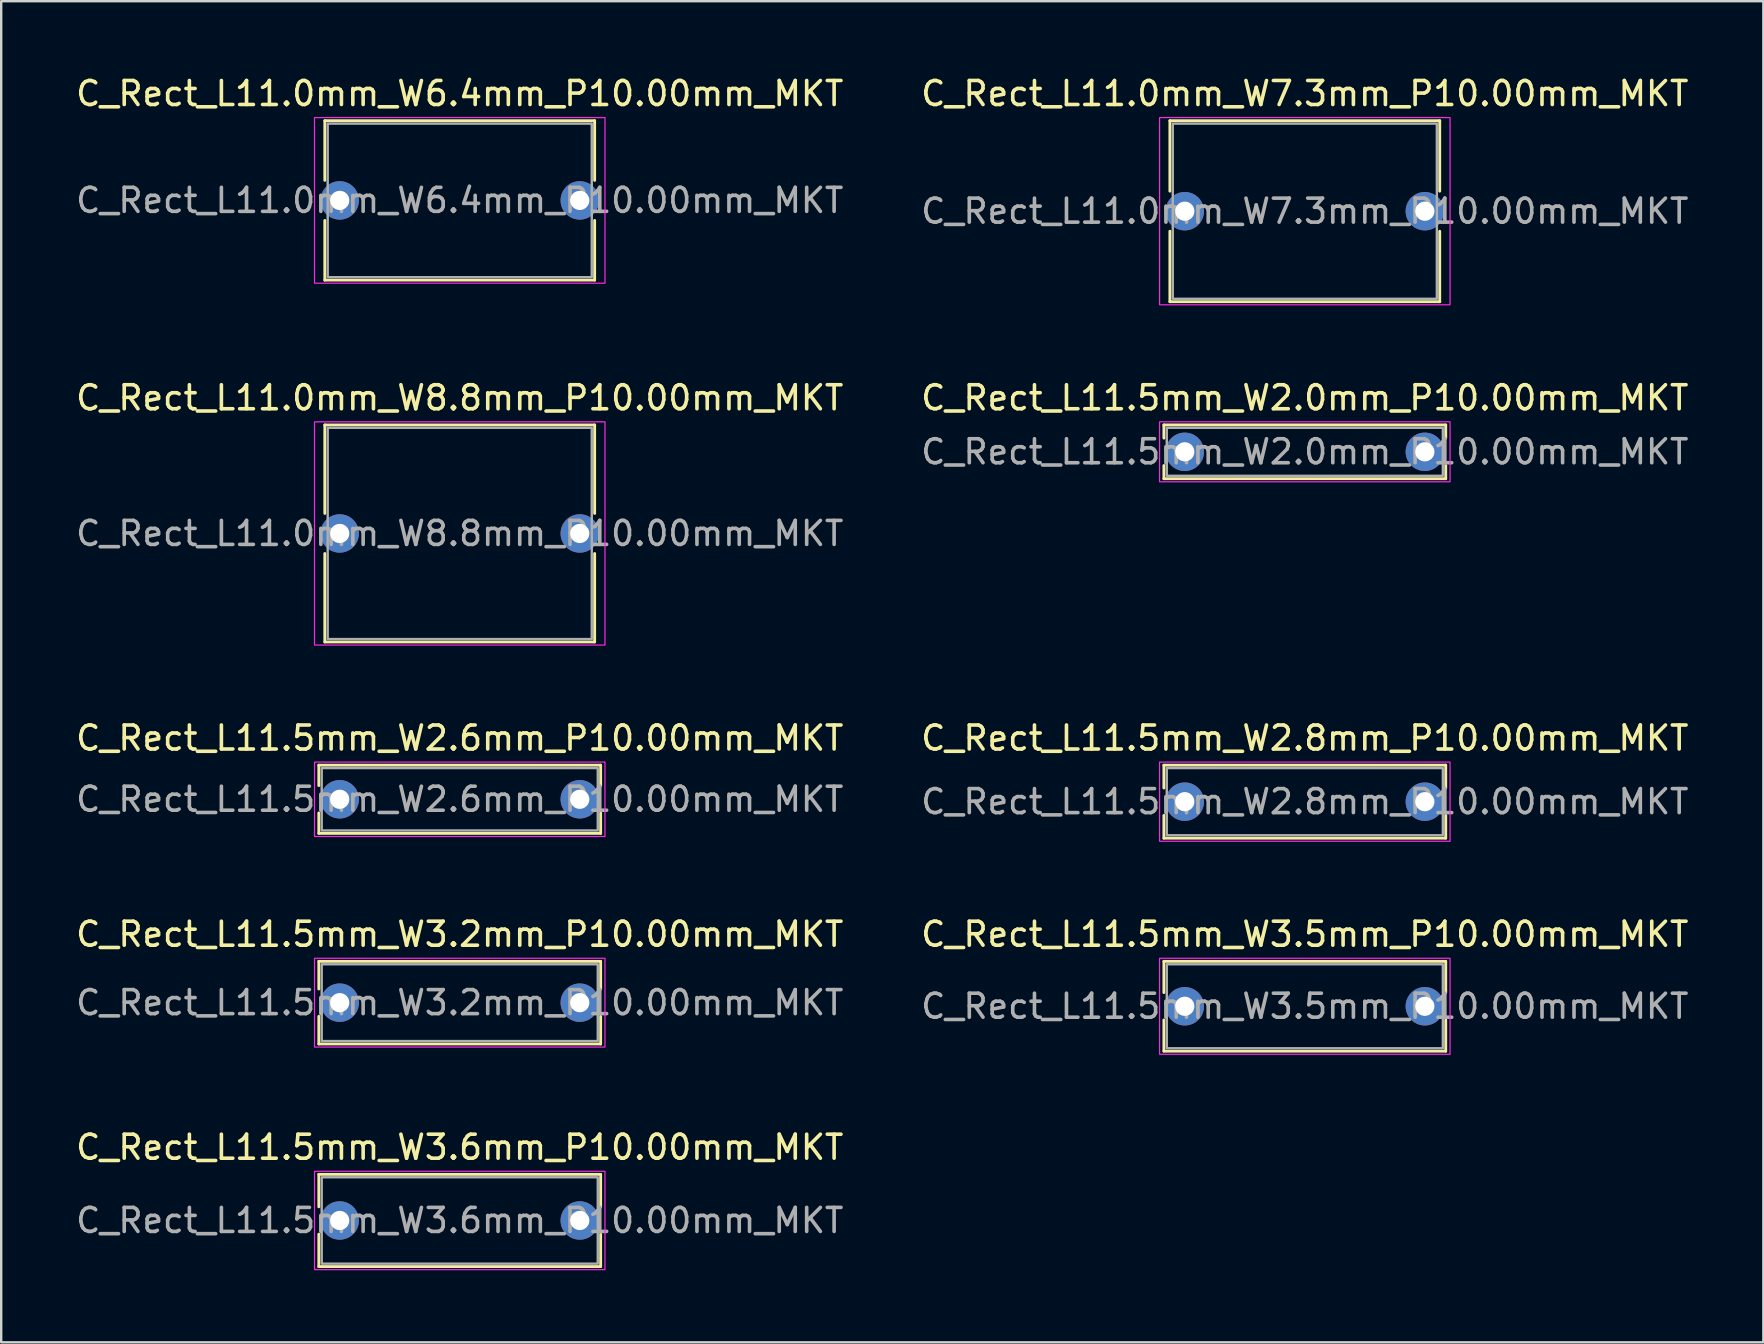
<source format=kicad_pcb>
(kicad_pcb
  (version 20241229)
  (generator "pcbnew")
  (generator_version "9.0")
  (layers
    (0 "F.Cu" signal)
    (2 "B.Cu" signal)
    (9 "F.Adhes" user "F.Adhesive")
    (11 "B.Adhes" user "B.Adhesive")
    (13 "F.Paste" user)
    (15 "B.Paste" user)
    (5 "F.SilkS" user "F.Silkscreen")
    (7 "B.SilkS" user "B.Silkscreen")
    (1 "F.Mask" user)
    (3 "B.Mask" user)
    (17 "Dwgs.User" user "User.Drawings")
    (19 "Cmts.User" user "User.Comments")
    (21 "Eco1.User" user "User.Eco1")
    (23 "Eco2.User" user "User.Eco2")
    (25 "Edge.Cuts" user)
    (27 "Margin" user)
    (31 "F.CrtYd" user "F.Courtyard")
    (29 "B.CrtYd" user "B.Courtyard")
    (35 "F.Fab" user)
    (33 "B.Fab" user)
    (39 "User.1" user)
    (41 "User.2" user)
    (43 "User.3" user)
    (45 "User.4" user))
  (footprint "C_Rect_L11.0mm_W7.3mm_P10.00mm_MKT"
    (layer "F.Cu")
    (at 46.304 5.748)
    (property "Reference" "C_Rect_L11.0mm_W7.3mm_P10.00mm_MKT" (at 5 -4.9 0) (layer "F.SilkS") (effects (font (size 1 1) (thickness 0.15))))
    (attr through_hole)
    (fp_line (start -0.62 -3.77) (end 10.62 -3.77) (stroke (width 0.12) (type solid)) (layer "F.SilkS"))
    (fp_line (start -0.62 -0.835) (end -0.62 -3.77) (stroke (width 0.12) (type solid)) (layer "F.SilkS"))
    (fp_line (start -0.62 3.77) (end -0.62 0.835) (stroke (width 0.12) (type solid)) (layer "F.SilkS"))
    (fp_line (start 10.62 -3.77) (end 10.62 -0.835) (stroke (width 0.12) (type solid)) (layer "F.SilkS"))
    (fp_line (start 10.62 0.835) (end 10.62 3.77) (stroke (width 0.12) (type solid)) (layer "F.SilkS"))
    (fp_line (start 10.62 3.77) (end -0.62 3.77) (stroke (width 0.12) (type solid)) (layer "F.SilkS"))
    (fp_rect (start -1.05 -3.9) (end 11.05 3.9) (stroke (width 0.05) (type solid)) (fill no) (layer "F.CrtYd"))
    (fp_rect (start -0.5 -3.65) (end 10.5 3.65) (stroke (width 0.1) (type solid)) (fill no) (layer "F.Fab"))
    (fp_text user "${REFERENCE}" (at 5 0 0) (layer "F.Fab") (effects (font (size 1 1) (thickness 0.15))))
    (pad "1" thru_hole circle (at 0 0) (size 1.6 1.6) (drill 0.8) (layers "*.Cu" "*.Mask"))
    (pad "2" thru_hole circle (at 10 0) (size 1.6 1.6) (drill 0.8) (layers "*.Cu" "*.Mask")))
  (footprint "C_Rect_L11.5mm_W2.0mm_P10.00mm_MKT"
    (layer "F.Cu")
    (at 46.304 15.771)
    (property "Reference" "C_Rect_L11.5mm_W2.0mm_P10.00mm_MKT" (at 5 -2.25 0) (layer "F.SilkS") (effects (font (size 1 1) (thickness 0.15))))
    (attr through_hole)
    (fp_line (start -0.87 -1.12) (end 10.87 -1.12) (stroke (width 0.12) (type solid)) (layer "F.SilkS"))
    (fp_line (start -0.87 -0.57) (end -0.87 -1.12) (stroke (width 0.12) (type solid)) (layer "F.SilkS"))
    (fp_line (start -0.87 1.12) (end -0.87 0.57) (stroke (width 0.12) (type solid)) (layer "F.SilkS"))
    (fp_line (start 10.87 -1.12) (end 10.87 -0.57) (stroke (width 0.12) (type solid)) (layer "F.SilkS"))
    (fp_line (start 10.87 0.57) (end 10.87 1.12) (stroke (width 0.12) (type solid)) (layer "F.SilkS"))
    (fp_line (start 10.87 1.12) (end -0.87 1.12) (stroke (width 0.12) (type solid)) (layer "F.SilkS"))
    (fp_rect (start -1.05 -1.25) (end 11.05 1.25) (stroke (width 0.05) (type solid)) (fill no) (layer "F.CrtYd"))
    (fp_rect (start -0.75 -1) (end 10.75 1) (stroke (width 0.1) (type solid)) (fill no) (layer "F.Fab"))
    (fp_text user "${REFERENCE}" (at 5 0 0) (layer "F.Fab") (effects (font (size 1 1) (thickness 0.15))))
    (pad "1" thru_hole circle (at 0 0) (size 1.6 1.6) (drill 0.8) (layers "*.Cu" "*.Mask"))
    (pad "2" thru_hole circle (at 10 0) (size 1.6 1.6) (drill 0.8) (layers "*.Cu" "*.Mask")))
  (footprint "C_Rect_L11.5mm_W3.6mm_P10.00mm_MKT"
    (layer "F.Cu")
    (at 11.101 47.791)
    (property "Reference" "C_Rect_L11.5mm_W3.6mm_P10.00mm_MKT" (at 5 -3.05 0) (layer "F.SilkS") (effects (font (size 1 1) (thickness 0.15))))
    (attr through_hole)
    (fp_line (start -0.87 -1.92) (end 10.87 -1.92) (stroke (width 0.12) (type solid)) (layer "F.SilkS"))
    (fp_line (start -0.87 -0.57) (end -0.87 -1.92) (stroke (width 0.12) (type solid)) (layer "F.SilkS"))
    (fp_line (start -0.87 1.92) (end -0.87 0.57) (stroke (width 0.12) (type solid)) (layer "F.SilkS"))
    (fp_line (start 10.87 -1.92) (end 10.87 -0.57) (stroke (width 0.12) (type solid)) (layer "F.SilkS"))
    (fp_line (start 10.87 0.57) (end 10.87 1.92) (stroke (width 0.12) (type solid)) (layer "F.SilkS"))
    (fp_line (start 10.87 1.92) (end -0.87 1.92) (stroke (width 0.12) (type solid)) (layer "F.SilkS"))
    (fp_rect (start -1.05 -2.05) (end 11.05 2.05) (stroke (width 0.05) (type solid)) (fill no) (layer "F.CrtYd"))
    (fp_rect (start -0.75 -1.8) (end 10.75 1.8) (stroke (width 0.1) (type solid)) (fill no) (layer "F.Fab"))
    (fp_text user "${REFERENCE}" (at 5 0 0) (layer "F.Fab") (effects (font (size 1 1) (thickness 0.15))))
    (pad "1" thru_hole circle (at 0 0) (size 1.6 1.6) (drill 0.8) (layers "*.Cu" "*.Mask"))
    (pad "2" thru_hole circle (at 10 0) (size 1.6 1.6) (drill 0.8) (layers "*.Cu" "*.Mask")))
  (footprint "C_Rect_L11.5mm_W3.5mm_P10.00mm_MKT"
    (layer "F.Cu")
    (at 46.304 38.868)
    (property "Reference" "C_Rect_L11.5mm_W3.5mm_P10.00mm_MKT" (at 5 -3 0) (layer "F.SilkS") (effects (font (size 1 1) (thickness 0.15))))
    (attr through_hole)
    (fp_line (start -0.87 -1.87) (end 10.87 -1.87) (stroke (width 0.12) (type solid)) (layer "F.SilkS"))
    (fp_line (start -0.87 -0.57) (end -0.87 -1.87) (stroke (width 0.12) (type solid)) (layer "F.SilkS"))
    (fp_line (start -0.87 1.87) (end -0.87 0.57) (stroke (width 0.12) (type solid)) (layer "F.SilkS"))
    (fp_line (start 10.87 -1.87) (end 10.87 -0.57) (stroke (width 0.12) (type solid)) (layer "F.SilkS"))
    (fp_line (start 10.87 0.57) (end 10.87 1.87) (stroke (width 0.12) (type solid)) (layer "F.SilkS"))
    (fp_line (start 10.87 1.87) (end -0.87 1.87) (stroke (width 0.12) (type solid)) (layer "F.SilkS"))
    (fp_rect (start -1.05 -2) (end 11.05 2) (stroke (width 0.05) (type solid)) (fill no) (layer "F.CrtYd"))
    (fp_rect (start -0.75 -1.75) (end 10.75 1.75) (stroke (width 0.1) (type solid)) (fill no) (layer "F.Fab"))
    (fp_text user "${REFERENCE}" (at 5 0 0) (layer "F.Fab") (effects (font (size 1 1) (thickness 0.15))))
    (pad "1" thru_hole circle (at 0 0) (size 1.6 1.6) (drill 0.8) (layers "*.Cu" "*.Mask"))
    (pad "2" thru_hole circle (at 10 0) (size 1.6 1.6) (drill 0.8) (layers "*.Cu" "*.Mask")))
  (footprint "C_Rect_L11.0mm_W6.4mm_P10.00mm_MKT"
    (layer "F.Cu")
    (at 11.101 5.298)
    (property "Reference" "C_Rect_L11.0mm_W6.4mm_P10.00mm_MKT" (at 5 -4.45 0) (layer "F.SilkS") (effects (font (size 1 1) (thickness 0.15))))
    (attr through_hole)
    (fp_line (start -0.62 -3.32) (end 10.62 -3.32) (stroke (width 0.12) (type solid)) (layer "F.SilkS"))
    (fp_line (start -0.62 -0.835) (end -0.62 -3.32) (stroke (width 0.12) (type solid)) (layer "F.SilkS"))
    (fp_line (start -0.62 3.32) (end -0.62 0.835) (stroke (width 0.12) (type solid)) (layer "F.SilkS"))
    (fp_line (start 10.62 -3.32) (end 10.62 -0.835) (stroke (width 0.12) (type solid)) (layer "F.SilkS"))
    (fp_line (start 10.62 0.835) (end 10.62 3.32) (stroke (width 0.12) (type solid)) (layer "F.SilkS"))
    (fp_line (start 10.62 3.32) (end -0.62 3.32) (stroke (width 0.12) (type solid)) (layer "F.SilkS"))
    (fp_rect (start -1.05 -3.45) (end 11.05 3.45) (stroke (width 0.05) (type solid)) (fill no) (layer "F.CrtYd"))
    (fp_rect (start -0.5 -3.2) (end 10.5 3.2) (stroke (width 0.1) (type solid)) (fill no) (layer "F.Fab"))
    (fp_text user "${REFERENCE}" (at 5 0 0) (layer "F.Fab") (effects (font (size 1 1) (thickness 0.15))))
    (pad "1" thru_hole circle (at 0 0) (size 1.6 1.6) (drill 0.8) (layers "*.Cu" "*.Mask"))
    (pad "2" thru_hole circle (at 10 0) (size 1.6 1.6) (drill 0.8) (layers "*.Cu" "*.Mask")))
  (footprint "C_Rect_L11.5mm_W3.2mm_P10.00mm_MKT"
    (layer "F.Cu")
    (at 11.101 38.718)
    (property "Reference" "C_Rect_L11.5mm_W3.2mm_P10.00mm_MKT" (at 5 -2.85 0) (layer "F.SilkS") (effects (font (size 1 1) (thickness 0.15))))
    (attr through_hole)
    (fp_line (start -0.87 -1.72) (end 10.87 -1.72) (stroke (width 0.12) (type solid)) (layer "F.SilkS"))
    (fp_line (start -0.87 -0.57) (end -0.87 -1.72) (stroke (width 0.12) (type solid)) (layer "F.SilkS"))
    (fp_line (start -0.87 1.72) (end -0.87 0.57) (stroke (width 0.12) (type solid)) (layer "F.SilkS"))
    (fp_line (start 10.87 -1.72) (end 10.87 -0.57) (stroke (width 0.12) (type solid)) (layer "F.SilkS"))
    (fp_line (start 10.87 0.57) (end 10.87 1.72) (stroke (width 0.12) (type solid)) (layer "F.SilkS"))
    (fp_line (start 10.87 1.72) (end -0.87 1.72) (stroke (width 0.12) (type solid)) (layer "F.SilkS"))
    (fp_rect (start -1.05 -1.85) (end 11.05 1.85) (stroke (width 0.05) (type solid)) (fill no) (layer "F.CrtYd"))
    (fp_rect (start -0.75 -1.6) (end 10.75 1.6) (stroke (width 0.1) (type solid)) (fill no) (layer "F.Fab"))
    (fp_text user "${REFERENCE}" (at 5 0 0) (layer "F.Fab") (effects (font (size 1 1) (thickness 0.15))))
    (pad "1" thru_hole circle (at 0 0) (size 1.6 1.6) (drill 0.8) (layers "*.Cu" "*.Mask"))
    (pad "2" thru_hole circle (at 10 0) (size 1.6 1.6) (drill 0.8) (layers "*.Cu" "*.Mask")))
  (footprint "C_Rect_L11.0mm_W8.8mm_P10.00mm_MKT"
    (layer "F.Cu")
    (at 11.101 19.172)
    (property "Reference" "C_Rect_L11.0mm_W8.8mm_P10.00mm_MKT" (at 5 -5.65 0) (layer "F.SilkS") (effects (font (size 1 1) (thickness 0.15))))
    (attr through_hole)
    (fp_line (start -0.62 -4.52) (end 10.62 -4.52) (stroke (width 0.12) (type solid)) (layer "F.SilkS"))
    (fp_line (start -0.62 -0.835) (end -0.62 -4.52) (stroke (width 0.12) (type solid)) (layer "F.SilkS"))
    (fp_line (start -0.62 4.52) (end -0.62 0.835) (stroke (width 0.12) (type solid)) (layer "F.SilkS"))
    (fp_line (start 10.62 -4.52) (end 10.62 -0.835) (stroke (width 0.12) (type solid)) (layer "F.SilkS"))
    (fp_line (start 10.62 0.835) (end 10.62 4.52) (stroke (width 0.12) (type solid)) (layer "F.SilkS"))
    (fp_line (start 10.62 4.52) (end -0.62 4.52) (stroke (width 0.12) (type solid)) (layer "F.SilkS"))
    (fp_rect (start -1.05 -4.65) (end 11.05 4.65) (stroke (width 0.05) (type solid)) (fill no) (layer "F.CrtYd"))
    (fp_rect (start -0.5 -4.4) (end 10.5 4.4) (stroke (width 0.1) (type solid)) (fill no) (layer "F.Fab"))
    (fp_text user "${REFERENCE}" (at 5 0 0) (layer "F.Fab") (effects (font (size 1 1) (thickness 0.15))))
    (pad "1" thru_hole circle (at 0 0) (size 1.6 1.6) (drill 0.8) (layers "*.Cu" "*.Mask"))
    (pad "2" thru_hole circle (at 10 0) (size 1.6 1.6) (drill 0.8) (layers "*.Cu" "*.Mask")))
  (footprint "C_Rect_L11.5mm_W2.8mm_P10.00mm_MKT"
    (layer "F.Cu")
    (at 46.304 30.345)
    (property "Reference" "C_Rect_L11.5mm_W2.8mm_P10.00mm_MKT" (at 5 -2.65 0) (layer "F.SilkS") (effects (font (size 1 1) (thickness 0.15))))
    (attr through_hole)
    (fp_line (start -0.87 -1.52) (end 10.87 -1.52) (stroke (width 0.12) (type solid)) (layer "F.SilkS"))
    (fp_line (start -0.87 -0.57) (end -0.87 -1.52) (stroke (width 0.12) (type solid)) (layer "F.SilkS"))
    (fp_line (start -0.87 1.52) (end -0.87 0.57) (stroke (width 0.12) (type solid)) (layer "F.SilkS"))
    (fp_line (start 10.87 -1.52) (end 10.87 -0.57) (stroke (width 0.12) (type solid)) (layer "F.SilkS"))
    (fp_line (start 10.87 0.57) (end 10.87 1.52) (stroke (width 0.12) (type solid)) (layer "F.SilkS"))
    (fp_line (start 10.87 1.52) (end -0.87 1.52) (stroke (width 0.12) (type solid)) (layer "F.SilkS"))
    (fp_rect (start -1.05 -1.65) (end 11.05 1.65) (stroke (width 0.05) (type solid)) (fill no) (layer "F.CrtYd"))
    (fp_rect (start -0.75 -1.4) (end 10.75 1.4) (stroke (width 0.1) (type solid)) (fill no) (layer "F.Fab"))
    (fp_text user "${REFERENCE}" (at 5 0 0) (layer "F.Fab") (effects (font (size 1 1) (thickness 0.15))))
    (pad "1" thru_hole circle (at 0 0) (size 1.6 1.6) (drill 0.8) (layers "*.Cu" "*.Mask"))
    (pad "2" thru_hole circle (at 10 0) (size 1.6 1.6) (drill 0.8) (layers "*.Cu" "*.Mask")))
  (footprint "C_Rect_L11.5mm_W2.6mm_P10.00mm_MKT"
    (layer "F.Cu")
    (at 11.101 30.245)
    (property "Reference" "C_Rect_L11.5mm_W2.6mm_P10.00mm_MKT" (at 5 -2.55 0) (layer "F.SilkS") (effects (font (size 1 1) (thickness 0.15))))
    (attr through_hole)
    (fp_line (start -0.87 -1.42) (end 10.87 -1.42) (stroke (width 0.12) (type solid)) (layer "F.SilkS"))
    (fp_line (start -0.87 -0.57) (end -0.87 -1.42) (stroke (width 0.12) (type solid)) (layer "F.SilkS"))
    (fp_line (start -0.87 1.42) (end -0.87 0.57) (stroke (width 0.12) (type solid)) (layer "F.SilkS"))
    (fp_line (start 10.87 -1.42) (end 10.87 -0.57) (stroke (width 0.12) (type solid)) (layer "F.SilkS"))
    (fp_line (start 10.87 0.57) (end 10.87 1.42) (stroke (width 0.12) (type solid)) (layer "F.SilkS"))
    (fp_line (start 10.87 1.42) (end -0.87 1.42) (stroke (width 0.12) (type solid)) (layer "F.SilkS"))
    (fp_rect (start -1.05 -1.55) (end 11.05 1.55) (stroke (width 0.05) (type solid)) (fill no) (layer "F.CrtYd"))
    (fp_rect (start -0.75 -1.3) (end 10.75 1.3) (stroke (width 0.1) (type solid)) (fill no) (layer "F.Fab"))
    (fp_text user "${REFERENCE}" (at 5 0 0) (layer "F.Fab") (effects (font (size 1 1) (thickness 0.15))))
    (pad "1" thru_hole circle (at 0 0) (size 1.6 1.6) (drill 0.8) (layers "*.Cu" "*.Mask"))
    (pad "2" thru_hole circle (at 10 0) (size 1.6 1.6) (drill 0.8) (layers "*.Cu" "*.Mask")))
  (gr_rect
    (start -3 -3)
    (end 70.405 52.866)
    (stroke (width 0.1) (type default))
    (fill no)
    (layer "Edge.Cuts")))
</source>
